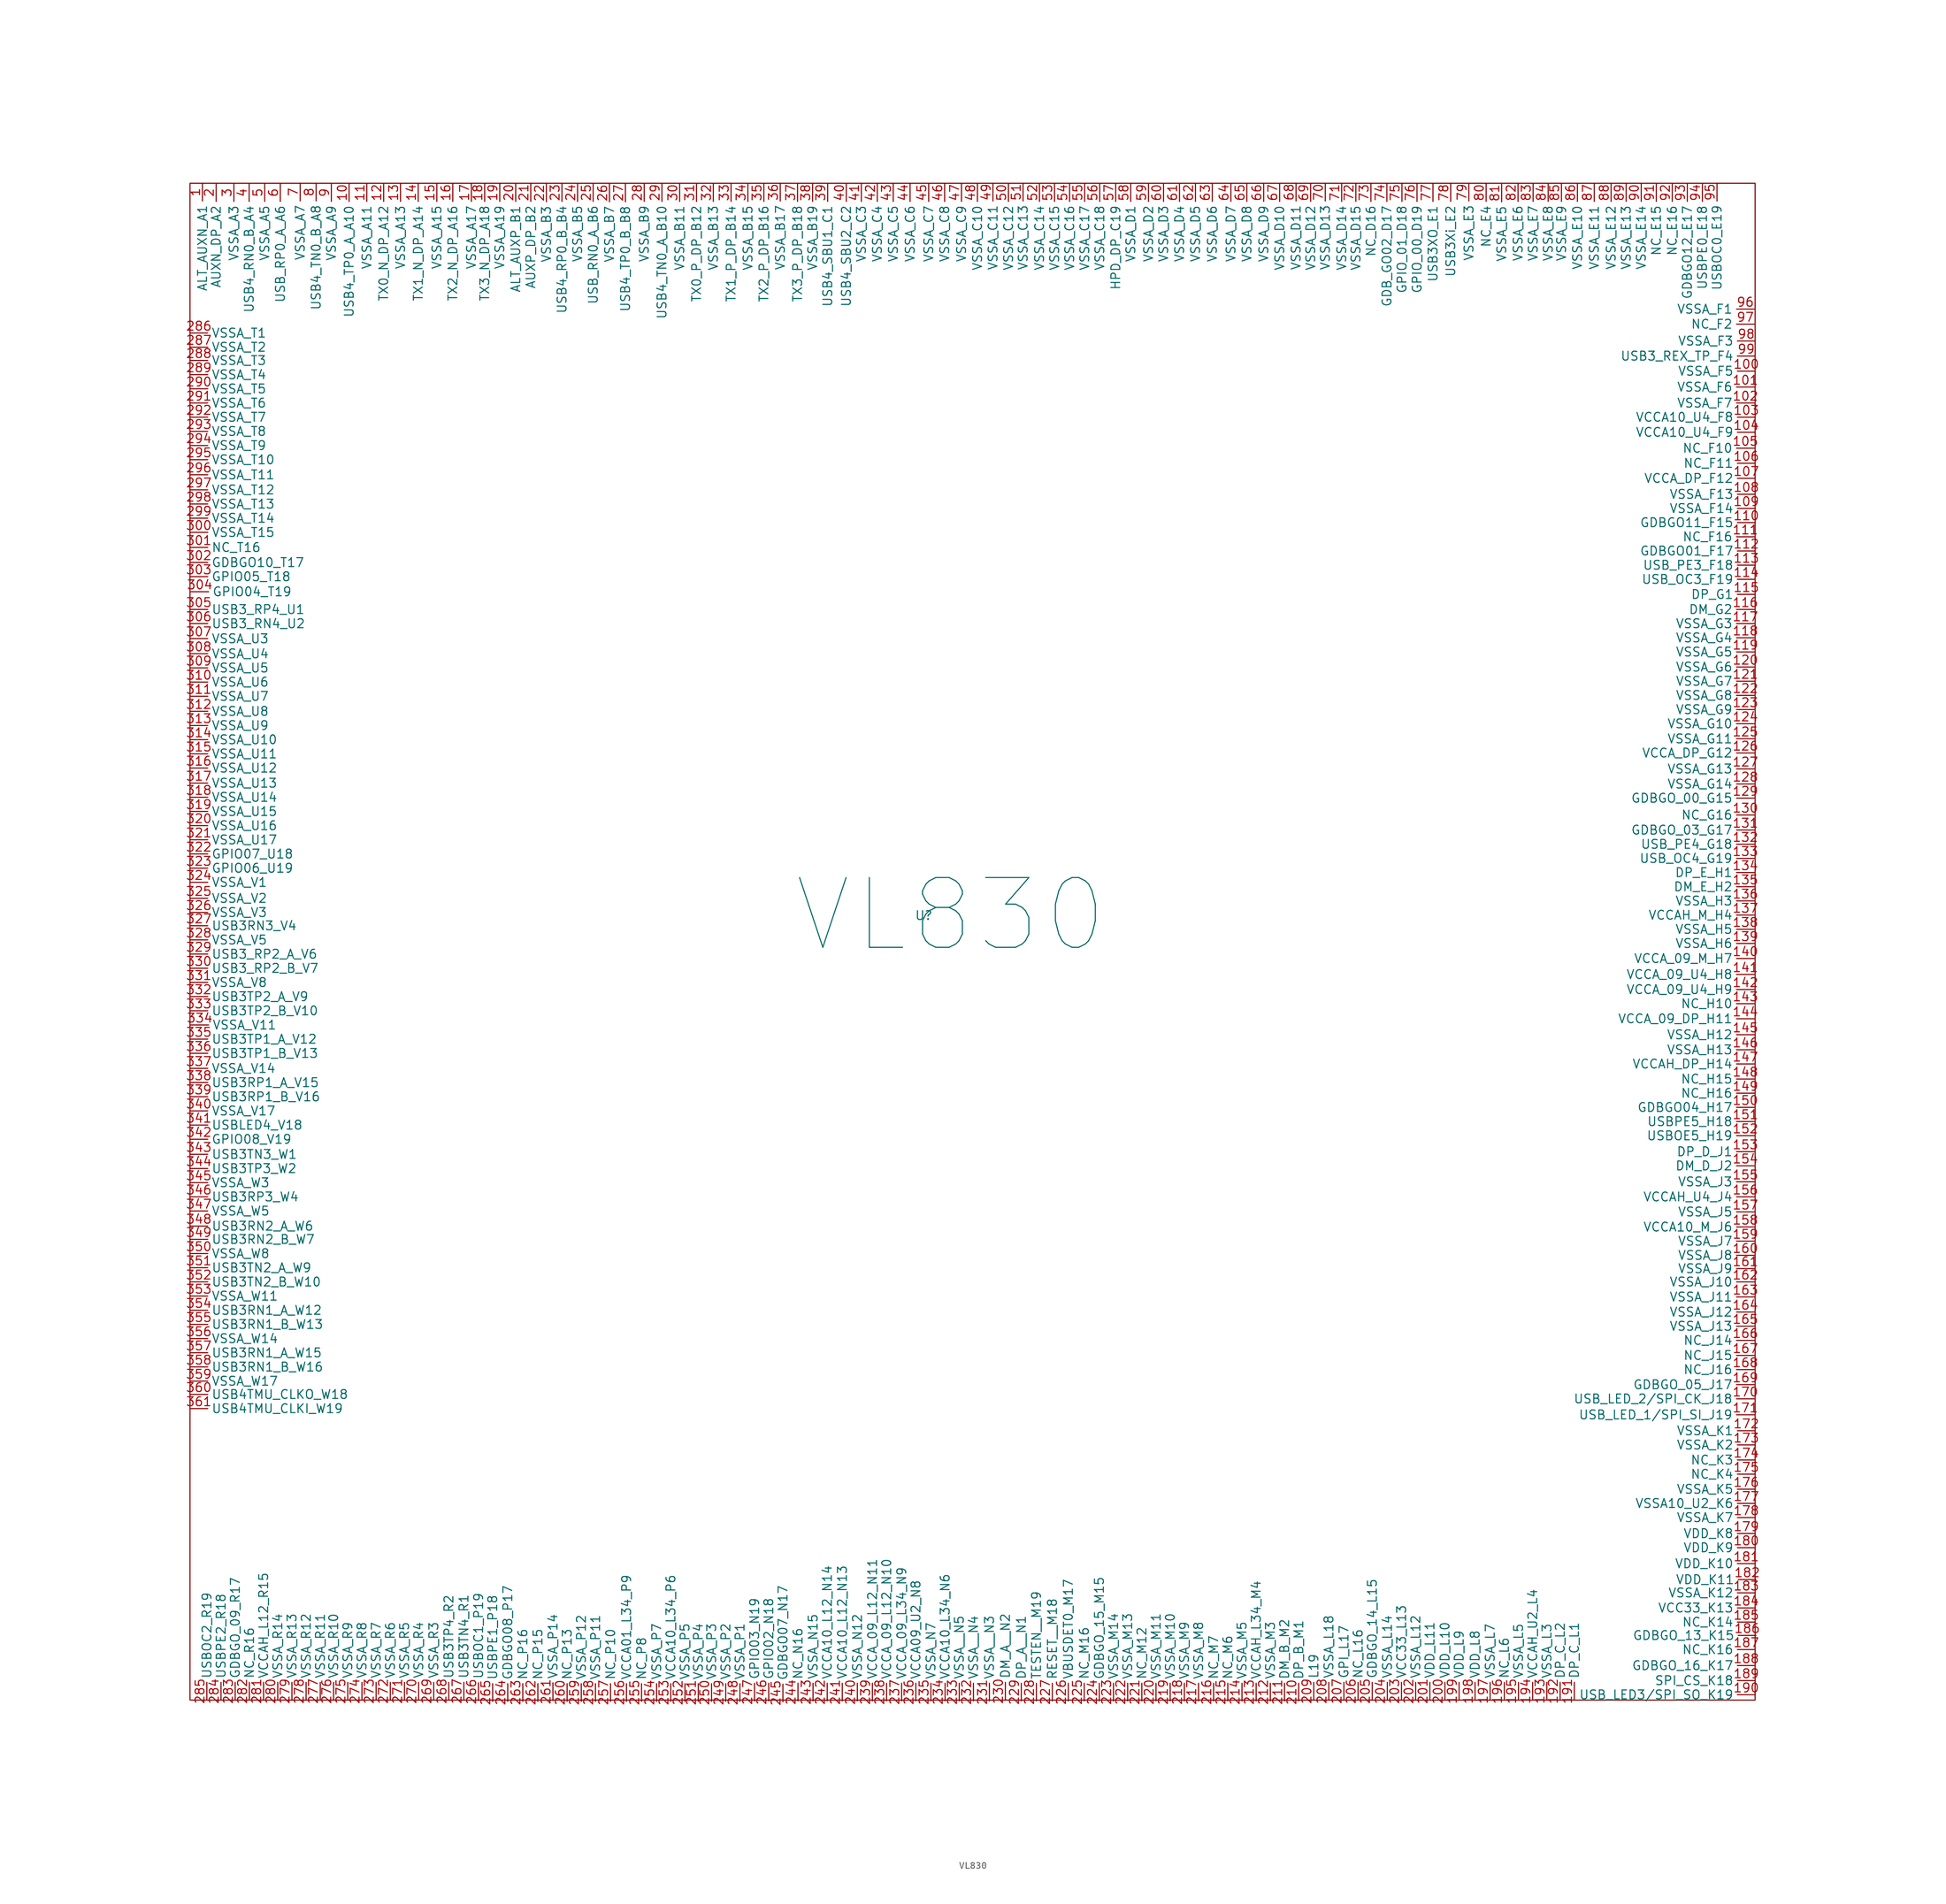
<source format=kicad_sym>
(kicad_symbol_lib
  (version 20211014)
  (generator kicad_symbol_editor)
  (symbol "VL830"
    (property "Reference" "U"
      (at -6.223 1.981 0)
      (effects (font (size 1.27 1.27))))
    (property "Value" "VL830"
      (at -2.362 2.032 0)
      (effects (font (size 10 10))))
    (symbol "VL830_0_1"
      (rectangle (start -111.379 106.934) (end 112.903 -110.49) (stroke (width 0) (type default) (color 0 0 0 0)) (fill (type none))))
    (symbol "VL830_1_1"
      (pin bidirectional line (at -109.601 106.934 270) (length 2.54) (name "ALT_AUXN_A1" (effects (font (size 1.27 1.27)))) (number "1" (effects (font (size 1.27 1.27)))))
      (pin output line (at -88.582 106.871 270) (length 2.54) (name "USB4_TP0_A_A10" (effects (font (size 1.27 1.27)))) (number "10" (effects (font (size 1.27 1.27)))))
      (pin power_in line (at 112.903 80.01 180) (length 2.54) (name "VSSA_F5" (effects (font (size 1.27 1.27)))) (number "100" (effects (font (size 1.27 1.27)))))
      (pin power_in line (at 112.776 77.724 180) (length 2.54) (name "VSSA_F6" (effects (font (size 1.27 1.27)))) (number "101" (effects (font (size 1.27 1.27)))))
      (pin power_in line (at 112.776 75.438 180) (length 2.54) (name "VSSA_F7" (effects (font (size 1.27 1.27)))) (number "102" (effects (font (size 1.27 1.27)))))
      (pin power_in line (at 112.903 73.406 180) (length 2.54) (name "VCCA10_U4_F8" (effects (font (size 1.27 1.27)))) (number "103" (effects (font (size 1.27 1.27)))))
      (pin power_in line (at 112.903 71.247 180) (length 2.54) (name "VCCA10_U4_F9" (effects (font (size 1.27 1.27)))) (number "104" (effects (font (size 1.27 1.27)))))
      (pin input line (at 112.776 68.961 180) (length 2.54) (name "NC_F10" (effects (font (size 1.27 1.27)))) (number "105" (effects (font (size 1.27 1.27)))))
      (pin input line (at 112.903 66.802 180) (length 2.54) (name "NC_F11" (effects (font (size 1.27 1.27)))) (number "106" (effects (font (size 1.27 1.27)))))
      (pin power_in line (at 112.903 64.643 180) (length 2.54) (name "VCCA_DP_F12" (effects (font (size 1.27 1.27)))) (number "107" (effects (font (size 1.27 1.27)))))
      (pin power_in line (at 112.903 62.357 180) (length 2.54) (name "VSSA_F13" (effects (font (size 1.27 1.27)))) (number "108" (effects (font (size 1.27 1.27)))))
      (pin power_in line (at 112.903 60.325 180) (length 2.54) (name "VSSA_F14" (effects (font (size 1.27 1.27)))) (number "109" (effects (font (size 1.27 1.27)))))
      (pin power_in line (at -86.043 106.871 270) (length 2.54) (name "VSSA_A11" (effects (font (size 1.27 1.27)))) (number "11" (effects (font (size 1.27 1.27)))))
      (pin bidirectional line (at 112.903 58.293 180) (length 2.54) (name "GDBGO11_F15" (effects (font (size 1.27 1.27)))) (number "110" (effects (font (size 1.27 1.27)))))
      (pin input line (at 112.776 56.261 180) (length 2.54) (name "NC_F16" (effects (font (size 1.27 1.27)))) (number "111" (effects (font (size 1.27 1.27)))))
      (pin bidirectional line (at 112.903 54.229 180) (length 2.54) (name "GDBGO01_F17" (effects (font (size 1.27 1.27)))) (number "112" (effects (font (size 1.27 1.27)))))
      (pin output line (at 112.903 52.197 180) (length 2.54) (name "USB_PE3_F18" (effects (font (size 1.27 1.27)))) (number "113" (effects (font (size 1.27 1.27)))))
      (pin bidirectional line (at 112.903 50.165 180) (length 2.54) (name "USB_OC3_F19" (effects (font (size 1.27 1.27)))) (number "114" (effects (font (size 1.27 1.27)))))
      (pin bidirectional line (at 112.903 48.006 180) (length 2.54) (name "DP_G1" (effects (font (size 1.27 1.27)))) (number "115" (effects (font (size 1.27 1.27)))))
      (pin bidirectional line (at 112.776 45.847 180) (length 2.54) (name "DM_G2" (effects (font (size 1.27 1.27)))) (number "116" (effects (font (size 1.27 1.27)))))
      (pin power_in line (at 112.776 43.815 180) (length 2.54) (name "VSSA_G3" (effects (font (size 1.27 1.27)))) (number "117" (effects (font (size 1.27 1.27)))))
      (pin power_in line (at 112.776 41.783 180) (length 2.54) (name "VSSA_G4" (effects (font (size 1.27 1.27)))) (number "118" (effects (font (size 1.27 1.27)))))
      (pin power_in line (at 112.776 39.751 180) (length 2.54) (name "VSSA_G5" (effects (font (size 1.27 1.27)))) (number "119" (effects (font (size 1.27 1.27)))))
      (pin output line (at -83.629 106.871 270) (length 2.54) (name "TX0_N_DP_A12" (effects (font (size 1.27 1.27)))) (number "12" (effects (font (size 1.27 1.27)))))
      (pin power_in line (at 112.776 37.592 180) (length 2.54) (name "VSSA_G6" (effects (font (size 1.27 1.27)))) (number "120" (effects (font (size 1.27 1.27)))))
      (pin power_in line (at 112.776 35.56 180) (length 2.54) (name "VSSA_G7" (effects (font (size 1.27 1.27)))) (number "121" (effects (font (size 1.27 1.27)))))
      (pin power_in line (at 112.776 33.528 180) (length 2.54) (name "VSSA_G8" (effects (font (size 1.27 1.27)))) (number "122" (effects (font (size 1.27 1.27)))))
      (pin power_in line (at 112.776 31.496 180) (length 2.54) (name "VSSA_G9" (effects (font (size 1.27 1.27)))) (number "123" (effects (font (size 1.27 1.27)))))
      (pin power_in line (at 112.776 29.464 180) (length 2.54) (name "VSSA_G10" (effects (font (size 1.27 1.27)))) (number "124" (effects (font (size 1.27 1.27)))))
      (pin power_in line (at 112.776 27.305 180) (length 2.54) (name "VSSA_G11" (effects (font (size 1.27 1.27)))) (number "125" (effects (font (size 1.27 1.27)))))
      (pin power_in line (at 112.776 25.273 180) (length 2.54) (name "VCCA_DP_G12" (effects (font (size 1.27 1.27)))) (number "126" (effects (font (size 1.27 1.27)))))
      (pin power_in line (at 112.776 22.987 180) (length 2.54) (name "VSSA_G13" (effects (font (size 1.27 1.27)))) (number "127" (effects (font (size 1.27 1.27)))))
      (pin power_in line (at 112.776 20.828 180) (length 2.54) (name "VSSA_G14" (effects (font (size 1.27 1.27)))) (number "128" (effects (font (size 1.27 1.27)))))
      (pin bidirectional line (at 112.776 18.796 180) (length 2.54) (name "GDBGO_00_G15" (effects (font (size 1.27 1.27)))) (number "129" (effects (font (size 1.27 1.27)))))
      (pin power_in line (at -81.216 106.871 270) (length 2.54) (name "VSSA_A13" (effects (font (size 1.27 1.27)))) (number "13" (effects (font (size 1.27 1.27)))))
      (pin input line (at 112.776 16.383 180) (length 2.54) (name "NC_G16" (effects (font (size 1.27 1.27)))) (number "130" (effects (font (size 1.27 1.27)))))
      (pin bidirectional line (at 112.776 14.224 180) (length 2.54) (name "GDBGO_03_G17" (effects (font (size 1.27 1.27)))) (number "131" (effects (font (size 1.27 1.27)))))
      (pin output line (at 112.776 12.192 180) (length 2.54) (name "USB_PE4_G18" (effects (font (size 1.27 1.27)))) (number "132" (effects (font (size 1.27 1.27)))))
      (pin bidirectional line (at 112.776 10.16 180) (length 2.54) (name "USB_OC4_G19" (effects (font (size 1.27 1.27)))) (number "133" (effects (font (size 1.27 1.27)))))
      (pin bidirectional line (at 112.776 8.128 180) (length 2.54) (name "DP_E_H1" (effects (font (size 1.27 1.27)))) (number "134" (effects (font (size 1.27 1.27)))))
      (pin bidirectional line (at 112.776 6.096 180) (length 2.54) (name "DM_E_H2" (effects (font (size 1.27 1.27)))) (number "135" (effects (font (size 1.27 1.27)))))
      (pin power_in line (at 112.776 4.064 180) (length 2.54) (name "VSSA_H3" (effects (font (size 1.27 1.27)))) (number "136" (effects (font (size 1.27 1.27)))))
      (pin power_in line (at 112.776 2.032 180) (length 2.54) (name "VCCAH_M_H4" (effects (font (size 1.27 1.27)))) (number "137" (effects (font (size 1.27 1.27)))))
      (pin power_in line (at 112.776 0 180) (length 2.54) (name "VSSA_H5" (effects (font (size 1.27 1.27)))) (number "138" (effects (font (size 1.27 1.27)))))
      (pin power_in line (at 112.776 -2.032 180) (length 2.54) (name "VSSA_H6" (effects (font (size 1.27 1.27)))) (number "139" (effects (font (size 1.27 1.27)))))
      (pin output line (at -78.677 106.871 270) (length 2.54) (name "TX1_N_DP_A14" (effects (font (size 1.27 1.27)))) (number "14" (effects (font (size 1.27 1.27)))))
      (pin power_in line (at 112.776 -4.191 180) (length 2.54) (name "VCCA_09_M_H7" (effects (font (size 1.27 1.27)))) (number "140" (effects (font (size 1.27 1.27)))))
      (pin power_in line (at 112.776 -6.477 180) (length 2.54) (name "VCCA_09_U4_H8" (effects (font (size 1.27 1.27)))) (number "141" (effects (font (size 1.27 1.27)))))
      (pin power_in line (at 112.776 -8.636 180) (length 2.54) (name "VCCA_09_U4_H9" (effects (font (size 1.27 1.27)))) (number "142" (effects (font (size 1.27 1.27)))))
      (pin input line (at 112.776 -10.668 180) (length 2.54) (name "NC_H10" (effects (font (size 1.27 1.27)))) (number "143" (effects (font (size 1.27 1.27)))))
      (pin power_in line (at 112.776 -12.827 180) (length 2.54) (name "VCCA_09_DP_H11" (effects (font (size 1.27 1.27)))) (number "144" (effects (font (size 1.27 1.27)))))
      (pin power_in line (at 112.776 -15.113 180) (length 2.54) (name "VSSA_H12" (effects (font (size 1.27 1.27)))) (number "145" (effects (font (size 1.27 1.27)))))
      (pin power_in line (at 112.776 -17.272 180) (length 2.54) (name "VSSA_H13" (effects (font (size 1.27 1.27)))) (number "146" (effects (font (size 1.27 1.27)))))
      (pin power_in line (at 112.776 -19.304 180) (length 2.54) (name "VCCAH_DP_H14" (effects (font (size 1.27 1.27)))) (number "147" (effects (font (size 1.27 1.27)))))
      (pin input line (at 112.776 -21.463 180) (length 2.54) (name "NC_H15" (effects (font (size 1.27 1.27)))) (number "148" (effects (font (size 1.27 1.27)))))
      (pin input line (at 112.776 -23.495 180) (length 2.54) (name "NC_H16" (effects (font (size 1.27 1.27)))) (number "149" (effects (font (size 1.27 1.27)))))
      (pin power_in line (at -76.01 106.871 270) (length 2.54) (name "VSSA_A15" (effects (font (size 1.27 1.27)))) (number "15" (effects (font (size 1.27 1.27)))))
      (pin bidirectional line (at 112.776 -25.527 180) (length 2.54) (name "GDBGO04_H17" (effects (font (size 1.27 1.27)))) (number "150" (effects (font (size 1.27 1.27)))))
      (pin output line (at 112.776 -27.559 180) (length 2.54) (name "USBPE5_H18" (effects (font (size 1.27 1.27)))) (number "151" (effects (font (size 1.27 1.27)))))
      (pin input line (at 112.776 -29.591 180) (length 2.54) (name "USBOE5_H19" (effects (font (size 1.27 1.27)))) (number "152" (effects (font (size 1.27 1.27)))))
      (pin bidirectional line (at 112.776 -31.877 180) (length 2.54) (name "DP_D_J1" (effects (font (size 1.27 1.27)))) (number "153" (effects (font (size 1.27 1.27)))))
      (pin bidirectional line (at 112.776 -33.909 180) (length 2.54) (name "DM_D_J2" (effects (font (size 1.27 1.27)))) (number "154" (effects (font (size 1.27 1.27)))))
      (pin power_in line (at 112.776 -36.195 180) (length 2.54) (name "VSSA_J3" (effects (font (size 1.27 1.27)))) (number "155" (effects (font (size 1.27 1.27)))))
      (pin power_in line (at 112.776 -38.354 180) (length 2.54) (name "VCCAH_U4_J4" (effects (font (size 1.27 1.27)))) (number "156" (effects (font (size 1.27 1.27)))))
      (pin power_in line (at 112.776 -40.513 180) (length 2.54) (name "VSSA_J5" (effects (font (size 1.27 1.27)))) (number "157" (effects (font (size 1.27 1.27)))))
      (pin power_in line (at 112.776 -42.672 180) (length 2.54) (name "VCCA10_M_J6" (effects (font (size 1.27 1.27)))) (number "158" (effects (font (size 1.27 1.27)))))
      (pin power_in line (at 112.776 -44.704 180) (length 2.54) (name "VSSA_J7" (effects (font (size 1.27 1.27)))) (number "159" (effects (font (size 1.27 1.27)))))
      (pin output line (at -73.724 106.871 270) (length 2.54) (name "TX2_N_DP_A16" (effects (font (size 1.27 1.27)))) (number "16" (effects (font (size 1.27 1.27)))))
      (pin power_in line (at 112.776 -46.736 180) (length 2.54) (name "VSSA_J8" (effects (font (size 1.27 1.27)))) (number "160" (effects (font (size 1.27 1.27)))))
      (pin power_in line (at 112.776 -48.641 180) (length 2.54) (name "VSSA_J9" (effects (font (size 1.27 1.27)))) (number "161" (effects (font (size 1.27 1.27)))))
      (pin power_in line (at 112.776 -50.546 180) (length 2.54) (name "VSSA_J10" (effects (font (size 1.27 1.27)))) (number "162" (effects (font (size 1.27 1.27)))))
      (pin power_in line (at 112.776 -52.705 180) (length 2.54) (name "VSSA_J11" (effects (font (size 1.27 1.27)))) (number "163" (effects (font (size 1.27 1.27)))))
      (pin power_in line (at 112.776 -54.864 180) (length 2.54) (name "VSSA_J12" (effects (font (size 1.27 1.27)))) (number "164" (effects (font (size 1.27 1.27)))))
      (pin power_in line (at 112.776 -56.896 180) (length 2.54) (name "VSSA_J13" (effects (font (size 1.27 1.27)))) (number "165" (effects (font (size 1.27 1.27)))))
      (pin input line (at 112.776 -58.928 180) (length 2.54) (name "NC_J14" (effects (font (size 1.27 1.27)))) (number "166" (effects (font (size 1.27 1.27)))))
      (pin input line (at 112.776 -61.087 180) (length 2.54) (name "NC_J15" (effects (font (size 1.27 1.27)))) (number "167" (effects (font (size 1.27 1.27)))))
      (pin input line (at 112.776 -63.119 180) (length 2.54) (name "NC_J16" (effects (font (size 1.27 1.27)))) (number "168" (effects (font (size 1.27 1.27)))))
      (pin bidirectional line (at 112.776 -65.278 180) (length 2.54) (name "GDBGO_05_J17" (effects (font (size 1.27 1.27)))) (number "169" (effects (font (size 1.27 1.27)))))
      (pin power_in line (at -71.056 106.871 270) (length 2.54) (name "VSSA_A17" (effects (font (size 1.27 1.27)))) (number "17" (effects (font (size 1.27 1.27)))))
      (pin bidirectional line (at 112.776 -67.31 180) (length 2.54) (name "USB_LED_2/SPI_CK_J18" (effects (font (size 1.27 1.27)))) (number "170" (effects (font (size 1.27 1.27)))))
      (pin bidirectional line (at 112.776 -69.596 180) (length 2.54) (name "USB_LED_1/SPI_SI_J19" (effects (font (size 1.27 1.27)))) (number "171" (effects (font (size 1.27 1.27)))))
      (pin power_in line (at 112.903 -71.882 180) (length 2.54) (name "VSSA_K1" (effects (font (size 1.27 1.27)))) (number "172" (effects (font (size 1.27 1.27)))))
      (pin power_in line (at 112.903 -73.914 180) (length 2.54) (name "VSSA_K2" (effects (font (size 1.27 1.27)))) (number "173" (effects (font (size 1.27 1.27)))))
      (pin input line (at 112.903 -76.073 180) (length 2.54) (name "NC_K3" (effects (font (size 1.27 1.27)))) (number "174" (effects (font (size 1.27 1.27)))))
      (pin input line (at 112.903 -78.105 180) (length 2.54) (name "NC_K4" (effects (font (size 1.27 1.27)))) (number "175" (effects (font (size 1.27 1.27)))))
      (pin power_in line (at 112.903 -80.264 180) (length 2.54) (name "VSSA_K5" (effects (font (size 1.27 1.27)))) (number "176" (effects (font (size 1.27 1.27)))))
      (pin power_in line (at 112.903 -82.296 180) (length 2.54) (name "VSSA10_U2_K6" (effects (font (size 1.27 1.27)))) (number "177" (effects (font (size 1.27 1.27)))))
      (pin power_in line (at 112.903 -84.328 180) (length 2.54) (name "VSSA_K7" (effects (font (size 1.27 1.27)))) (number "178" (effects (font (size 1.27 1.27)))))
      (pin power_in line (at 112.903 -86.614 180) (length 2.54) (name "VDD_K8" (effects (font (size 1.27 1.27)))) (number "179" (effects (font (size 1.27 1.27)))))
      (pin output line (at -69.151 106.871 270) (length 2.54) (name "TX3_N_DP_A18" (effects (font (size 1.27 1.27)))) (number "18" (effects (font (size 1.27 1.27)))))
      (pin power_in line (at 112.903 -88.646 180) (length 2.54) (name "VDD_K9" (effects (font (size 1.27 1.27)))) (number "180" (effects (font (size 1.27 1.27)))))
      (pin power_in line (at 112.903 -90.932 180) (length 2.54) (name "VDD_K10" (effects (font (size 1.27 1.27)))) (number "181" (effects (font (size 1.27 1.27)))))
      (pin power_in line (at 113.03 -93.218 180) (length 2.54) (name "VDD_K11" (effects (font (size 1.27 1.27)))) (number "182" (effects (font (size 1.27 1.27)))))
      (pin power_in line (at 112.903 -95.123 180) (length 2.54) (name "VSSA_K12" (effects (font (size 1.27 1.27)))) (number "183" (effects (font (size 1.27 1.27)))))
      (pin power_in line (at 112.903 -97.282 180) (length 2.54) (name "VCC33_K13" (effects (font (size 1.27 1.27)))) (number "184" (effects (font (size 1.27 1.27)))))
      (pin input line (at 112.903 -99.314 180) (length 2.54) (name "NC_K14" (effects (font (size 1.27 1.27)))) (number "185" (effects (font (size 1.27 1.27)))))
      (pin bidirectional line (at 113.03 -101.219 180) (length 2.54) (name "GDBGO_13_K15" (effects (font (size 1.27 1.27)))) (number "186" (effects (font (size 1.27 1.27)))))
      (pin input line (at 112.903 -103.251 180) (length 2.54) (name "NC_K16" (effects (font (size 1.27 1.27)))) (number "187" (effects (font (size 1.27 1.27)))))
      (pin bidirectional line (at 112.903 -105.537 180) (length 2.54) (name "GDBGO_16_K17" (effects (font (size 1.27 1.27)))) (number "188" (effects (font (size 1.27 1.27)))))
      (pin bidirectional line (at 112.903 -107.696 180) (length 2.54) (name "SPI_CS_K18" (effects (font (size 1.27 1.27)))) (number "189" (effects (font (size 1.27 1.27)))))
      (pin power_in line (at -66.993 106.871 270) (length 2.54) (name "VSSA_A19" (effects (font (size 1.27 1.27)))) (number "19" (effects (font (size 1.27 1.27)))))
      (pin bidirectional line (at 112.903 -109.728 180) (length 2.54) (name "USB_LED3/SPI_SO_K19" (effects (font (size 1.27 1.27)))) (number "190" (effects (font (size 1.27 1.27)))))
      (pin bidirectional line (at 86.995 -110.49 90) (length 2.54) (name "DP_C_L1" (effects (font (size 1.27 1.27)))) (number "191" (effects (font (size 1.27 1.27)))))
      (pin bidirectional line (at 84.963 -110.49 90) (length 2.54) (name "DP_C_L2" (effects (font (size 1.27 1.27)))) (number "192" (effects (font (size 1.27 1.27)))))
      (pin power_in line (at 83.058 -110.49 90) (length 2.54) (name "VSSA_L3" (effects (font (size 1.27 1.27)))) (number "193" (effects (font (size 1.27 1.27)))))
      (pin power_in line (at 81.026 -110.49 90) (length 2.54) (name "VCCAH_U2_L4" (effects (font (size 1.27 1.27)))) (number "194" (effects (font (size 1.27 1.27)))))
      (pin power_in line (at 78.994 -110.49 90) (length 2.54) (name "VSSA_L5" (effects (font (size 1.27 1.27)))) (number "195" (effects (font (size 1.27 1.27)))))
      (pin input line (at 76.962 -110.49 90) (length 2.54) (name "NC_L6" (effects (font (size 1.27 1.27)))) (number "196" (effects (font (size 1.27 1.27)))))
      (pin power_in line (at 74.93 -110.49 90) (length 2.54) (name "VSSA_L7" (effects (font (size 1.27 1.27)))) (number "197" (effects (font (size 1.27 1.27)))))
      (pin power_in line (at 72.771 -110.49 90) (length 2.54) (name "VDD_L8" (effects (font (size 1.27 1.27)))) (number "198" (effects (font (size 1.27 1.27)))))
      (pin power_in line (at 70.485 -110.49 90) (length 2.54) (name "VDD_L9" (effects (font (size 1.27 1.27)))) (number "199" (effects (font (size 1.27 1.27)))))
      (pin bidirectional line (at -107.632 106.871 270) (length 2.54) (name "AUXN_DP_A2" (effects (font (size 1.27 1.27)))) (number "2" (effects (font (size 1.27 1.27)))))
      (pin bidirectional line (at -64.707 106.871 270) (length 2.54) (name "ALT_AUXP_B1" (effects (font (size 1.27 1.27)))) (number "20" (effects (font (size 1.27 1.27)))))
      (pin power_in line (at 68.453 -110.49 90) (length 2.54) (name "VDD_L10" (effects (font (size 1.27 1.27)))) (number "200" (effects (font (size 1.27 1.27)))))
      (pin power_in line (at 66.294 -110.49 90) (length 2.54) (name "VDD_L11" (effects (font (size 1.27 1.27)))) (number "201" (effects (font (size 1.27 1.27)))))
      (pin power_in line (at 64.262 -110.49 90) (length 2.54) (name "VSSA_L12" (effects (font (size 1.27 1.27)))) (number "202" (effects (font (size 1.27 1.27)))))
      (pin power_in line (at 62.23 -110.49 90) (length 2.54) (name "VCC33_L13" (effects (font (size 1.27 1.27)))) (number "203" (effects (font (size 1.27 1.27)))))
      (pin power_in line (at 60.198 -110.49 90) (length 2.54) (name "VSSA_L14" (effects (font (size 1.27 1.27)))) (number "204" (effects (font (size 1.27 1.27)))))
      (pin bidirectional line (at 58.039 -110.49 90) (length 2.54) (name "GDBGO_14_L15" (effects (font (size 1.27 1.27)))) (number "205" (effects (font (size 1.27 1.27)))))
      (pin input line (at 56.007 -110.49 90) (length 2.54) (name "NC_L16" (effects (font (size 1.27 1.27)))) (number "206" (effects (font (size 1.27 1.27)))))
      (pin input line (at 53.975 -110.49 90) (length 2.54) (name "GPI_L17" (effects (font (size 1.27 1.27)))) (number "207" (effects (font (size 1.27 1.27)))))
      (pin power_in line (at 51.816 -110.49 90) (length 2.54) (name "VSSA_L18" (effects (font (size 1.27 1.27)))) (number "208" (effects (font (size 1.27 1.27)))))
      (pin input line (at 49.657 -110.49 90) (length 2.54) (name "L19" (effects (font (size 1.27 1.27)))) (number "209" (effects (font (size 1.27 1.27)))))
      (pin bidirectional line (at -62.547 106.871 270) (length 2.54) (name "AUXP_DP_B2" (effects (font (size 1.27 1.27)))) (number "21" (effects (font (size 1.27 1.27)))))
      (pin bidirectional line (at 47.498 -110.617 90) (length 2.54) (name "DP_B_M1" (effects (font (size 1.27 1.27)))) (number "210" (effects (font (size 1.27 1.27)))))
      (pin bidirectional line (at 45.466 -110.617 90) (length 2.54) (name "DM_B_M2" (effects (font (size 1.27 1.27)))) (number "211" (effects (font (size 1.27 1.27)))))
      (pin power_in line (at 43.434 -110.617 90) (length 2.54) (name "VSSA_M3" (effects (font (size 1.27 1.27)))) (number "212" (effects (font (size 1.27 1.27)))))
      (pin power_in line (at 41.402 -110.617 90) (length 2.54) (name "VCCAH_L34_M4" (effects (font (size 1.27 1.27)))) (number "213" (effects (font (size 1.27 1.27)))))
      (pin power_in line (at 39.37 -110.617 90) (length 2.54) (name "VSSA_M5" (effects (font (size 1.27 1.27)))) (number "214" (effects (font (size 1.27 1.27)))))
      (pin input line (at 37.338 -110.617 90) (length 2.54) (name "NC_M6" (effects (font (size 1.27 1.27)))) (number "215" (effects (font (size 1.27 1.27)))))
      (pin input line (at 35.306 -110.617 90) (length 2.54) (name "NC_M7" (effects (font (size 1.27 1.27)))) (number "216" (effects (font (size 1.27 1.27)))))
      (pin power_in line (at 33.147 -110.617 90) (length 2.54) (name "VSSA_M8" (effects (font (size 1.27 1.27)))) (number "217" (effects (font (size 1.27 1.27)))))
      (pin power_in line (at 31.115 -110.617 90) (length 2.54) (name "VSSA_M9" (effects (font (size 1.27 1.27)))) (number "218" (effects (font (size 1.27 1.27)))))
      (pin power_in line (at 29.083 -110.617 90) (length 2.54) (name "VSSA_M10" (effects (font (size 1.27 1.27)))) (number "219" (effects (font (size 1.27 1.27)))))
      (pin power_in line (at -60.312 106.82 270) (length 2.54) (name "VSSA_B3" (effects (font (size 1.27 1.27)))) (number "22" (effects (font (size 1.27 1.27)))))
      (pin power_in line (at 27.051 -110.617 90) (length 2.54) (name "VSSA_M11" (effects (font (size 1.27 1.27)))) (number "220" (effects (font (size 1.27 1.27)))))
      (pin input line (at 25.019 -110.617 90) (length 2.54) (name "NC_M12" (effects (font (size 1.27 1.27)))) (number "221" (effects (font (size 1.27 1.27)))))
      (pin input line (at 22.987 -110.617 90) (length 2.54) (name "VSSA_M13" (effects (font (size 1.27 1.27)))) (number "222" (effects (font (size 1.27 1.27)))))
      (pin power_in line (at 20.955 -110.617 90) (length 2.54) (name "VSSA_M14" (effects (font (size 1.27 1.27)))) (number "223" (effects (font (size 1.27 1.27)))))
      (pin bidirectional line (at 18.923 -110.617 90) (length 2.54) (name "GDBGO_15_M15" (effects (font (size 1.27 1.27)))) (number "224" (effects (font (size 1.27 1.27)))))
      (pin input line (at 16.764 -110.617 90) (length 2.54) (name "NC_M16" (effects (font (size 1.27 1.27)))) (number "225" (effects (font (size 1.27 1.27)))))
      (pin input line (at 14.478 -110.617 90) (length 2.54) (name "VBUSDET0_M17" (effects (font (size 1.27 1.27)))) (number "226" (effects (font (size 1.27 1.27)))))
      (pin input line (at 12.192 -110.617 90) (length 2.54) (name "RESET__M18" (effects (font (size 1.27 1.27)))) (number "227" (effects (font (size 1.27 1.27)))))
      (pin input line (at 9.906 -110.617 90) (length 2.54) (name "TESTEN__M19" (effects (font (size 1.27 1.27)))) (number "228" (effects (font (size 1.27 1.27)))))
      (pin input line (at 7.747 -110.617 90) (length 2.54) (name "DP_A__N1" (effects (font (size 1.27 1.27)))) (number "229" (effects (font (size 1.27 1.27)))))
      (pin input line (at -58.077 106.871 270) (length 2.54) (name "USB4_RP0_B_B4" (effects (font (size 1.27 1.27)))) (number "23" (effects (font (size 1.27 1.27)))))
      (pin input line (at 5.461 -110.49 90) (length 2.54) (name "DM_A__N2" (effects (font (size 1.27 1.27)))) (number "230" (effects (font (size 1.27 1.27)))))
      (pin power_in line (at 3.175 -110.617 90) (length 2.54) (name "VSSA__N3" (effects (font (size 1.27 1.27)))) (number "231" (effects (font (size 1.27 1.27)))))
      (pin power_in line (at 0.889 -110.617 90) (length 2.54) (name "VSSA__N4" (effects (font (size 1.27 1.27)))) (number "232" (effects (font (size 1.27 1.27)))))
      (pin power_in line (at -1.143 -110.617 90) (length 2.54) (name "VSSA__N5" (effects (font (size 1.27 1.27)))) (number "233" (effects (font (size 1.27 1.27)))))
      (pin power_in line (at -3.175 -110.617 90) (length 2.54) (name "VCCA10_L34_N6" (effects (font (size 1.27 1.27)))) (number "234" (effects (font (size 1.27 1.27)))))
      (pin power_in line (at -5.207 -110.617 90) (length 2.54) (name "VSSA_N7" (effects (font (size 1.27 1.27)))) (number "235" (effects (font (size 1.27 1.27)))))
      (pin power_in line (at -7.366 -110.617 90) (length 2.54) (name "VCCA09_U2_N8" (effects (font (size 1.27 1.27)))) (number "236" (effects (font (size 1.27 1.27)))))
      (pin power_in line (at -9.398 -110.617 90) (length 2.54) (name "VCCA_09_L34_N9" (effects (font (size 1.27 1.27)))) (number "237" (effects (font (size 1.27 1.27)))))
      (pin power_in line (at -11.557 -110.617 90) (length 2.54) (name "VCCA_09_L12_N10" (effects (font (size 1.27 1.27)))) (number "238" (effects (font (size 1.27 1.27)))))
      (pin power_in line (at -13.589 -110.617 90) (length 2.54) (name "VCCA_09_L12_N11" (effects (font (size 1.27 1.27)))) (number "239" (effects (font (size 1.27 1.27)))))
      (pin power_in line (at -55.842 106.871 270) (length 2.54) (name "VSSA_B5" (effects (font (size 1.27 1.27)))) (number "24" (effects (font (size 1.27 1.27)))))
      (pin power_in line (at -15.748 -110.617 90) (length 2.54) (name "VSSA_N12" (effects (font (size 1.27 1.27)))) (number "240" (effects (font (size 1.27 1.27)))))
      (pin power_in line (at -17.907 -110.617 90) (length 2.54) (name "VCCA10_L12_N13" (effects (font (size 1.27 1.27)))) (number "241" (effects (font (size 1.27 1.27)))))
      (pin power_in line (at -20.066 -110.617 90) (length 2.54) (name "VCCA10_L12_N14" (effects (font (size 1.27 1.27)))) (number "242" (effects (font (size 1.27 1.27)))))
      (pin power_in line (at -22.098 -110.617 90) (length 2.54) (name "VSSA_N15" (effects (font (size 1.27 1.27)))) (number "243" (effects (font (size 1.27 1.27)))))
      (pin input line (at -24.257 -110.617 90) (length 2.54) (name "NC_N16" (effects (font (size 1.27 1.27)))) (number "244" (effects (font (size 1.27 1.27)))))
      (pin bidirectional line (at -26.416 -110.744 90) (length 2.54) (name "GDBGO07_N17" (effects (font (size 1.27 1.27)))) (number "245" (effects (font (size 1.27 1.27)))))
      (pin bidirectional line (at -28.448 -110.617 90) (length 2.54) (name "GPIO02_N18" (effects (font (size 1.27 1.27)))) (number "246" (effects (font (size 1.27 1.27)))))
      (pin bidirectional line (at -30.48 -110.617 90) (length 2.54) (name "GPIO03_N19" (effects (font (size 1.27 1.27)))) (number "247" (effects (font (size 1.27 1.27)))))
      (pin power_in line (at -32.575 -110.68 90) (length 2.54) (name "VSSA_P1" (effects (font (size 1.27 1.27)))) (number "248" (effects (font (size 1.27 1.27)))))
      (pin power_in line (at -34.608 -110.68 90) (length 2.54) (name "VSSA_P2" (effects (font (size 1.27 1.27)))) (number "249" (effects (font (size 1.27 1.27)))))
      (pin input line (at -53.607 106.871 270) (length 2.54) (name "USB_RN0_A_B6" (effects (font (size 1.27 1.27)))) (number "25" (effects (font (size 1.27 1.27)))))
      (pin power_in line (at -36.639 -110.68 90) (length 2.54) (name "VSSA_P3" (effects (font (size 1.27 1.27)))) (number "250" (effects (font (size 1.27 1.27)))))
      (pin power_in line (at -38.544 -110.68 90) (length 2.54) (name "VSSA_P4" (effects (font (size 1.27 1.27)))) (number "251" (effects (font (size 1.27 1.27)))))
      (pin power_in line (at -40.45 -110.68 90) (length 2.54) (name "VSSA_P5" (effects (font (size 1.27 1.27)))) (number "252" (effects (font (size 1.27 1.27)))))
      (pin power_in line (at -42.481 -110.68 90) (length 2.54) (name "VCCA10_L34_P6" (effects (font (size 1.27 1.27)))) (number "253" (effects (font (size 1.27 1.27)))))
      (pin power_in line (at -44.514 -110.68 90) (length 2.54) (name "VSSA_P7" (effects (font (size 1.27 1.27)))) (number "254" (effects (font (size 1.27 1.27)))))
      (pin input line (at -46.672 -110.68 90) (length 2.54) (name "NC_P8" (effects (font (size 1.27 1.27)))) (number "255" (effects (font (size 1.27 1.27)))))
      (pin power_in line (at -48.831 -110.68 90) (length 2.54) (name "VCCA01_L34_P9" (effects (font (size 1.27 1.27)))) (number "256" (effects (font (size 1.27 1.27)))))
      (pin input line (at -51.117 -110.68 90) (length 2.54) (name "NC_P10" (effects (font (size 1.27 1.27)))) (number "257" (effects (font (size 1.27 1.27)))))
      (pin power_in line (at -53.276 -110.68 90) (length 2.54) (name "VSSA_P11" (effects (font (size 1.27 1.27)))) (number "258" (effects (font (size 1.27 1.27)))))
      (pin power_in line (at -55.309 -110.68 90) (length 2.54) (name "VSSA_P12" (effects (font (size 1.27 1.27)))) (number "259" (effects (font (size 1.27 1.27)))))
      (pin power_in line (at -51.27 106.82 270) (length 2.54) (name "VSSA_B7" (effects (font (size 1.27 1.27)))) (number "26" (effects (font (size 1.27 1.27)))))
      (pin input line (at -57.34 -110.68 90) (length 2.54) (name "NC_P13" (effects (font (size 1.27 1.27)))) (number "260" (effects (font (size 1.27 1.27)))))
      (pin power_in line (at -59.373 -110.553 90) (length 2.54) (name "VSSA_P14" (effects (font (size 1.27 1.27)))) (number "261" (effects (font (size 1.27 1.27)))))
      (pin input line (at -61.532 -110.68 90) (length 2.54) (name "NC_P15" (effects (font (size 1.27 1.27)))) (number "262" (effects (font (size 1.27 1.27)))))
      (pin input line (at -63.691 -110.68 90) (length 2.54) (name "NC_P16" (effects (font (size 1.27 1.27)))) (number "263" (effects (font (size 1.27 1.27)))))
      (pin bidirectional line (at -65.85 -110.68 90) (length 2.54) (name "GDBGO08_P17" (effects (font (size 1.27 1.27)))) (number "264" (effects (font (size 1.27 1.27)))))
      (pin output line (at -68.008 -110.68 90) (length 2.54) (name "USBPE1_P18" (effects (font (size 1.27 1.27)))) (number "265" (effects (font (size 1.27 1.27)))))
      (pin bidirectional line (at -70.04 -110.553 90) (length 2.54) (name "USBOC1_P19" (effects (font (size 1.27 1.27)))) (number "266" (effects (font (size 1.27 1.27)))))
      (pin output line (at -72.136 -110.49 90) (length 2.54) (name "USB3TN4_R1" (effects (font (size 1.27 1.27)))) (number "267" (effects (font (size 1.27 1.27)))))
      (pin output line (at -74.295 -110.49 90) (length 2.54) (name "USB3TP4_R2" (effects (font (size 1.27 1.27)))) (number "268" (effects (font (size 1.27 1.27)))))
      (pin power_in line (at -76.454 -110.49 90) (length 2.54) (name "VSSA_R3" (effects (font (size 1.27 1.27)))) (number "269" (effects (font (size 1.27 1.27)))))
      (pin input line (at -48.984 106.82 270) (length 2.54) (name "USB4_TP0_B_B8" (effects (font (size 1.27 1.27)))) (number "27" (effects (font (size 1.27 1.27)))))
      (pin power_in line (at -78.613 -110.49 90) (length 2.54) (name "VSSA_R4" (effects (font (size 1.27 1.27)))) (number "270" (effects (font (size 1.27 1.27)))))
      (pin power_in line (at -80.645 -110.49 90) (length 2.54) (name "VSSA_R5" (effects (font (size 1.27 1.27)))) (number "271" (effects (font (size 1.27 1.27)))))
      (pin power_in line (at -82.677 -110.49 90) (length 2.54) (name "VSSA_R6" (effects (font (size 1.27 1.27)))) (number "272" (effects (font (size 1.27 1.27)))))
      (pin power_in line (at -84.709 -110.49 90) (length 2.54) (name "VSSA_R7" (effects (font (size 1.27 1.27)))) (number "273" (effects (font (size 1.27 1.27)))))
      (pin power_in line (at -86.741 -110.49 90) (length 2.54) (name "VSSA_R8" (effects (font (size 1.27 1.27)))) (number "274" (effects (font (size 1.27 1.27)))))
      (pin power_in line (at -88.773 -110.49 90) (length 2.54) (name "VSSA_R9" (effects (font (size 1.27 1.27)))) (number "275" (effects (font (size 1.27 1.27)))))
      (pin power_in line (at -90.805 -110.49 90) (length 2.54) (name "VSSA_R10" (effects (font (size 1.27 1.27)))) (number "276" (effects (font (size 1.27 1.27)))))
      (pin power_in line (at -92.71 -110.49 90) (length 2.54) (name "VSSA_R11" (effects (font (size 1.27 1.27)))) (number "277" (effects (font (size 1.27 1.27)))))
      (pin power_in line (at -94.742 -110.49 90) (length 2.54) (name "VSSA_R12" (effects (font (size 1.27 1.27)))) (number "278" (effects (font (size 1.27 1.27)))))
      (pin power_in line (at -96.774 -110.49 90) (length 2.54) (name "VSSA_R13" (effects (font (size 1.27 1.27)))) (number "279" (effects (font (size 1.27 1.27)))))
      (pin power_in line (at -46.291 106.871 270) (length 2.54) (name "VSSA_B9" (effects (font (size 1.27 1.27)))) (number "28" (effects (font (size 1.27 1.27)))))
      (pin power_in line (at -98.806 -110.49 90) (length 2.54) (name "VSSA_R14" (effects (font (size 1.27 1.27)))) (number "280" (effects (font (size 1.27 1.27)))))
      (pin power_in line (at -100.838 -110.49 90) (length 2.54) (name "VCCAH_L12_R15" (effects (font (size 1.27 1.27)))) (number "281" (effects (font (size 1.27 1.27)))))
      (pin input line (at -102.87 -110.49 90) (length 2.54) (name "NC_R16" (effects (font (size 1.27 1.27)))) (number "282" (effects (font (size 1.27 1.27)))))
      (pin bidirectional line (at -104.902 -110.49 90) (length 2.54) (name "GDBGO_09_R17" (effects (font (size 1.27 1.27)))) (number "283" (effects (font (size 1.27 1.27)))))
      (pin output line (at -106.934 -110.49 90) (length 2.54) (name "USBPE2_R18" (effects (font (size 1.27 1.27)))) (number "284" (effects (font (size 1.27 1.27)))))
      (pin bidirectional line (at -108.966 -110.49 90) (length 2.54) (name "USBOC2_R19" (effects (font (size 1.27 1.27)))) (number "285" (effects (font (size 1.27 1.27)))))
      (pin power_in line (at -111.379 85.471 0) (length 2.54) (name "VSSA_T1" (effects (font (size 1.27 1.27)))) (number "286" (effects (font (size 1.27 1.27)))))
      (pin power_in line (at -111.379 83.439 0) (length 2.54) (name "VSSA_T2" (effects (font (size 1.27 1.27)))) (number "287" (effects (font (size 1.27 1.27)))))
      (pin power_in line (at -111.379 81.534 0) (length 2.54) (name "VSSA_T3" (effects (font (size 1.27 1.27)))) (number "288" (effects (font (size 1.27 1.27)))))
      (pin power_in line (at -111.379 79.502 0) (length 2.54) (name "VSSA_T4" (effects (font (size 1.27 1.27)))) (number "289" (effects (font (size 1.27 1.27)))))
      (pin output line (at -43.752 106.871 270) (length 2.54) (name "USB4_TN0_A_B10" (effects (font (size 1.27 1.27)))) (number "29" (effects (font (size 1.27 1.27)))))
      (pin power_in line (at -111.379 77.47 0) (length 2.54) (name "VSSA_T5" (effects (font (size 1.27 1.27)))) (number "290" (effects (font (size 1.27 1.27)))))
      (pin power_in line (at -111.379 75.438 0) (length 2.54) (name "VSSA_T6" (effects (font (size 1.27 1.27)))) (number "291" (effects (font (size 1.27 1.27)))))
      (pin power_in line (at -111.379 73.406 0) (length 2.54) (name "VSSA_T7" (effects (font (size 1.27 1.27)))) (number "292" (effects (font (size 1.27 1.27)))))
      (pin power_in line (at -111.379 71.374 0) (length 2.54) (name "VSSA_T8" (effects (font (size 1.27 1.27)))) (number "293" (effects (font (size 1.27 1.27)))))
      (pin power_in line (at -111.379 69.342 0) (length 2.54) (name "VSSA_T9" (effects (font (size 1.27 1.27)))) (number "294" (effects (font (size 1.27 1.27)))))
      (pin power_in line (at -111.379 67.31 0) (length 2.54) (name "VSSA_T10" (effects (font (size 1.27 1.27)))) (number "295" (effects (font (size 1.27 1.27)))))
      (pin power_in line (at -111.379 65.151 0) (length 2.54) (name "VSSA_T11" (effects (font (size 1.27 1.27)))) (number "296" (effects (font (size 1.27 1.27)))))
      (pin power_in line (at -111.379 62.992 0) (length 2.54) (name "VSSA_T12" (effects (font (size 1.27 1.27)))) (number "297" (effects (font (size 1.27 1.27)))))
      (pin power_in line (at -111.379 60.96 0) (length 2.54) (name "VSSA_T13" (effects (font (size 1.27 1.27)))) (number "298" (effects (font (size 1.27 1.27)))))
      (pin power_in line (at -111.379 58.928 0) (length 2.54) (name "VSSA_T14" (effects (font (size 1.27 1.27)))) (number "299" (effects (font (size 1.27 1.27)))))
      (pin power_in line (at -105.093 106.871 270) (length 2.54) (name "VSSA_A3" (effects (font (size 1.27 1.27)))) (number "3" (effects (font (size 1.27 1.27)))))
      (pin power_in line (at -41.212 106.871 270) (length 2.54) (name "VSSA_B11" (effects (font (size 1.27 1.27)))) (number "30" (effects (font (size 1.27 1.27)))))
      (pin power_in line (at -111.379 56.896 0) (length 2.54) (name "VSSA_T15" (effects (font (size 1.27 1.27)))) (number "300" (effects (font (size 1.27 1.27)))))
      (pin input line (at -111.379 54.737 0) (length 2.54) (name "NC_T16" (effects (font (size 1.27 1.27)))) (number "301" (effects (font (size 1.27 1.27)))))
      (pin bidirectional line (at -111.379 52.578 0) (length 2.54) (name "GDBGO10_T17" (effects (font (size 1.27 1.27)))) (number "302" (effects (font (size 1.27 1.27)))))
      (pin bidirectional line (at -111.379 50.546 0) (length 2.54) (name "GPIO05_T18" (effects (font (size 1.27 1.27)))) (number "303" (effects (font (size 1.27 1.27)))))
      (pin bidirectional line (at -111.252 48.387 0) (length 2.54) (name "GPIO04_T19" (effects (font (size 1.27 1.27)))) (number "304" (effects (font (size 1.27 1.27)))))
      (pin input line (at -111.379 45.847 0) (length 2.54) (name "USB3_RP4_U1" (effects (font (size 1.27 1.27)))) (number "305" (effects (font (size 1.27 1.27)))))
      (pin input line (at -111.379 43.815 0) (length 2.54) (name "USB3_RN4_U2" (effects (font (size 1.27 1.27)))) (number "306" (effects (font (size 1.27 1.27)))))
      (pin power_in line (at -111.379 41.656 0) (length 2.54) (name "VSSA_U3" (effects (font (size 1.27 1.27)))) (number "307" (effects (font (size 1.27 1.27)))))
      (pin power_in line (at -111.379 39.497 0) (length 2.54) (name "VSSA_U4" (effects (font (size 1.27 1.27)))) (number "308" (effects (font (size 1.27 1.27)))))
      (pin power_in line (at -111.379 37.465 0) (length 2.54) (name "VSSA_U5" (effects (font (size 1.27 1.27)))) (number "309" (effects (font (size 1.27 1.27)))))
      (pin output line (at -38.798 106.871 270) (length 2.54) (name "TX0_P_DP_B12" (effects (font (size 1.27 1.27)))) (number "31" (effects (font (size 1.27 1.27)))))
      (pin power_in line (at -111.379 35.433 0) (length 2.54) (name "VSSA_U6" (effects (font (size 1.27 1.27)))) (number "310" (effects (font (size 1.27 1.27)))))
      (pin power_in line (at -111.379 33.401 0) (length 2.54) (name "VSSA_U7" (effects (font (size 1.27 1.27)))) (number "311" (effects (font (size 1.27 1.27)))))
      (pin power_in line (at -111.379 31.242 0) (length 2.54) (name "VSSA_U8" (effects (font (size 1.27 1.27)))) (number "312" (effects (font (size 1.27 1.27)))))
      (pin power_in line (at -111.379 29.21 0) (length 2.54) (name "VSSA_U9" (effects (font (size 1.27 1.27)))) (number "313" (effects (font (size 1.27 1.27)))))
      (pin power_in line (at -111.379 27.178 0) (length 2.54) (name "VSSA_U10" (effects (font (size 1.27 1.27)))) (number "314" (effects (font (size 1.27 1.27)))))
      (pin power_in line (at -111.379 25.146 0) (length 2.54) (name "VSSA_U11" (effects (font (size 1.27 1.27)))) (number "315" (effects (font (size 1.27 1.27)))))
      (pin power_in line (at -111.379 23.114 0) (length 2.54) (name "VSSA_U12" (effects (font (size 1.27 1.27)))) (number "316" (effects (font (size 1.27 1.27)))))
      (pin power_in line (at -111.379 20.955 0) (length 2.54) (name "VSSA_U13" (effects (font (size 1.27 1.27)))) (number "317" (effects (font (size 1.27 1.27)))))
      (pin power_in line (at -111.379 18.923 0) (length 2.54) (name "VSSA_U14" (effects (font (size 1.27 1.27)))) (number "318" (effects (font (size 1.27 1.27)))))
      (pin power_in line (at -111.379 16.891 0) (length 2.54) (name "VSSA_U15" (effects (font (size 1.27 1.27)))) (number "319" (effects (font (size 1.27 1.27)))))
      (pin power_in line (at -36.386 106.871 270) (length 2.54) (name "VSSA_B13" (effects (font (size 1.27 1.27)))) (number "32" (effects (font (size 1.27 1.27)))))
      (pin power_in line (at -111.379 14.859 0) (length 2.54) (name "VSSA_U16" (effects (font (size 1.27 1.27)))) (number "320" (effects (font (size 1.27 1.27)))))
      (pin power_in line (at -111.379 12.827 0) (length 2.54) (name "VSSA_U17" (effects (font (size 1.27 1.27)))) (number "321" (effects (font (size 1.27 1.27)))))
      (pin bidirectional line (at -111.379 10.795 0) (length 2.54) (name "GPIO07_U18" (effects (font (size 1.27 1.27)))) (number "322" (effects (font (size 1.27 1.27)))))
      (pin bidirectional line (at -111.379 8.763 0) (length 2.54) (name "GPIO06_U19" (effects (font (size 1.27 1.27)))) (number "323" (effects (font (size 1.27 1.27)))))
      (pin power_in line (at -111.379 6.731 0) (length 2.54) (name "VSSA_V1" (effects (font (size 1.27 1.27)))) (number "324" (effects (font (size 1.27 1.27)))))
      (pin power_in line (at -111.379 4.445 0) (length 2.54) (name "VSSA_V2" (effects (font (size 1.27 1.27)))) (number "325" (effects (font (size 1.27 1.27)))))
      (pin power_in line (at -111.379 2.413 0) (length 2.54) (name "VSSA_V3" (effects (font (size 1.27 1.27)))) (number "326" (effects (font (size 1.27 1.27)))))
      (pin input line (at -111.379 0.508 0) (length 2.54) (name "USB3RN3_V4" (effects (font (size 1.27 1.27)))) (number "327" (effects (font (size 1.27 1.27)))))
      (pin power_in line (at -111.379 -1.524 0) (length 2.54) (name "VSSA_V5" (effects (font (size 1.27 1.27)))) (number "328" (effects (font (size 1.27 1.27)))))
      (pin input line (at -111.379 -3.556 0) (length 2.54) (name "USB3_RP2_A_V6" (effects (font (size 1.27 1.27)))) (number "329" (effects (font (size 1.27 1.27)))))
      (pin output line (at -33.846 106.871 270) (length 2.54) (name "TX1_P_DP_B14" (effects (font (size 1.27 1.27)))) (number "33" (effects (font (size 1.27 1.27)))))
      (pin input line (at -111.379 -5.588 0) (length 2.54) (name "USB3_RP2_B_V7" (effects (font (size 1.27 1.27)))) (number "330" (effects (font (size 1.27 1.27)))))
      (pin power_in line (at -111.379 -7.62 0) (length 2.54) (name "VSSA_V8" (effects (font (size 1.27 1.27)))) (number "331" (effects (font (size 1.27 1.27)))))
      (pin output line (at -111.379 -9.652 0) (length 2.54) (name "USB3TP2_A_V9" (effects (font (size 1.27 1.27)))) (number "332" (effects (font (size 1.27 1.27)))))
      (pin output line (at -111.379 -11.684 0) (length 2.54) (name "USB3TP2_B_V10" (effects (font (size 1.27 1.27)))) (number "333" (effects (font (size 1.27 1.27)))))
      (pin power_in line (at -111.252 -13.716 0) (length 2.54) (name "VSSA_V11" (effects (font (size 1.27 1.27)))) (number "334" (effects (font (size 1.27 1.27)))))
      (pin output line (at -111.379 -15.748 0) (length 2.54) (name "USB3TP1_A_V12" (effects (font (size 1.27 1.27)))) (number "335" (effects (font (size 1.27 1.27)))))
      (pin output line (at -111.379 -17.78 0) (length 2.54) (name "USB3TP1_B_V13" (effects (font (size 1.27 1.27)))) (number "336" (effects (font (size 1.27 1.27)))))
      (pin power_in line (at -111.379 -19.939 0) (length 2.54) (name "VSSA_V14" (effects (font (size 1.27 1.27)))) (number "337" (effects (font (size 1.27 1.27)))))
      (pin input line (at -111.379 -21.971 0) (length 2.54) (name "USB3RP1_A_V15" (effects (font (size 1.27 1.27)))) (number "338" (effects (font (size 1.27 1.27)))))
      (pin input line (at -111.379 -24.003 0) (length 2.54) (name "USB3RP1_B_V16" (effects (font (size 1.27 1.27)))) (number "339" (effects (font (size 1.27 1.27)))))
      (pin power_in line (at -31.433 106.871 270) (length 2.54) (name "VSSA_B15" (effects (font (size 1.27 1.27)))) (number "34" (effects (font (size 1.27 1.27)))))
      (pin power_in line (at -111.379 -26.035 0) (length 2.54) (name "VSSA_V17" (effects (font (size 1.27 1.27)))) (number "340" (effects (font (size 1.27 1.27)))))
      (pin output line (at -111.379 -28.067 0) (length 2.54) (name "USBLED4_V18" (effects (font (size 1.27 1.27)))) (number "341" (effects (font (size 1.27 1.27)))))
      (pin bidirectional line (at -111.379 -30.099 0) (length 2.54) (name "GPIO08_V19" (effects (font (size 1.27 1.27)))) (number "342" (effects (font (size 1.27 1.27)))))
      (pin output line (at -111.379 -32.258 0) (length 2.54) (name "USB3TN3_W1" (effects (font (size 1.27 1.27)))) (number "343" (effects (font (size 1.27 1.27)))))
      (pin output line (at -111.379 -34.29 0) (length 2.54) (name "USB3TP3_W2" (effects (font (size 1.27 1.27)))) (number "344" (effects (font (size 1.27 1.27)))))
      (pin power_in line (at -111.379 -36.322 0) (length 2.54) (name "VSSA_W3" (effects (font (size 1.27 1.27)))) (number "345" (effects (font (size 1.27 1.27)))))
      (pin input line (at -111.379 -38.354 0) (length 2.54) (name "USB3RP3_W4" (effects (font (size 1.27 1.27)))) (number "346" (effects (font (size 1.27 1.27)))))
      (pin power_in line (at -111.379 -40.386 0) (length 2.54) (name "VSSA_W5" (effects (font (size 1.27 1.27)))) (number "347" (effects (font (size 1.27 1.27)))))
      (pin input line (at -111.379 -42.545 0) (length 2.54) (name "USB3RN2_A_W6" (effects (font (size 1.27 1.27)))) (number "348" (effects (font (size 1.27 1.27)))))
      (pin input line (at -111.379 -44.45 0) (length 2.54) (name "USB3RN2_B_W7" (effects (font (size 1.27 1.27)))) (number "349" (effects (font (size 1.27 1.27)))))
      (pin output line (at -29.146 106.871 270) (length 2.54) (name "TX2_P_DP_B16" (effects (font (size 1.27 1.27)))) (number "35" (effects (font (size 1.27 1.27)))))
      (pin power_in line (at -111.379 -46.482 0) (length 2.54) (name "VSSA_W8" (effects (font (size 1.27 1.27)))) (number "350" (effects (font (size 1.27 1.27)))))
      (pin output line (at -111.379 -48.514 0) (length 2.54) (name "USB3TN2_A_W9" (effects (font (size 1.27 1.27)))) (number "351" (effects (font (size 1.27 1.27)))))
      (pin output line (at -111.379 -50.546 0) (length 2.54) (name "USB3TN2_B_W10" (effects (font (size 1.27 1.27)))) (number "352" (effects (font (size 1.27 1.27)))))
      (pin power_in line (at -111.379 -52.578 0) (length 2.54) (name "VSSA_W11" (effects (font (size 1.27 1.27)))) (number "353" (effects (font (size 1.27 1.27)))))
      (pin output line (at -111.379 -54.61 0) (length 2.54) (name "USB3RN1_A_W12" (effects (font (size 1.27 1.27)))) (number "354" (effects (font (size 1.27 1.27)))))
      (pin output line (at -111.379 -56.642 0) (length 2.54) (name "USB3RN1_B_W13" (effects (font (size 1.27 1.27)))) (number "355" (effects (font (size 1.27 1.27)))))
      (pin power_in line (at -111.379 -58.674 0) (length 2.54) (name "VSSA_W14" (effects (font (size 1.27 1.27)))) (number "356" (effects (font (size 1.27 1.27)))))
      (pin input line (at -111.379 -60.706 0) (length 2.54) (name "USB3RN1_A_W15" (effects (font (size 1.27 1.27)))) (number "357" (effects (font (size 1.27 1.27)))))
      (pin input line (at -111.379 -62.738 0) (length 2.54) (name "USB3RN1_B_W16" (effects (font (size 1.27 1.27)))) (number "358" (effects (font (size 1.27 1.27)))))
      (pin power_in line (at -111.379 -64.77 0) (length 2.54) (name "VSSA_W17" (effects (font (size 1.27 1.27)))) (number "359" (effects (font (size 1.27 1.27)))))
      (pin power_in line (at -26.797 106.934 270) (length 2.54) (name "VSSA_B17" (effects (font (size 1.27 1.27)))) (number "36" (effects (font (size 1.27 1.27)))))
      (pin output line (at -111.379 -66.675 0) (length 2.54) (name "USB4TMU_CLKO_W18" (effects (font (size 1.27 1.27)))) (number "360" (effects (font (size 1.27 1.27)))))
      (pin input line (at -111.379 -68.707 0) (length 2.54) (name "USB4TMU_CLKI_W19" (effects (font (size 1.27 1.27)))) (number "361" (effects (font (size 1.27 1.27)))))
      (pin output line (at -24.32 106.871 270) (length 2.54) (name "TX3_P_DP_B18" (effects (font (size 1.27 1.27)))) (number "37" (effects (font (size 1.27 1.27)))))
      (pin power_in line (at -22.162 106.871 270) (length 2.54) (name "VSSA_B19" (effects (font (size 1.27 1.27)))) (number "38" (effects (font (size 1.27 1.27)))))
      (pin bidirectional line (at -20.003 106.871 270) (length 2.54) (name "USB4_SBU1_C1" (effects (font (size 1.27 1.27)))) (number "39" (effects (font (size 1.27 1.27)))))
      (pin input line (at -102.908 106.871 270) (length 2.54) (name "USB4_RN0_B_A4" (effects (font (size 1.27 1.27)))) (number "4" (effects (font (size 1.27 1.27)))))
      (pin bidirectional line (at -17.335 106.871 270) (length 2.54) (name "USB4_SBU2_C2" (effects (font (size 1.27 1.27)))) (number "40" (effects (font (size 1.27 1.27)))))
      (pin power_in line (at -15.177 106.871 270) (length 2.54) (name "VSSA_C3" (effects (font (size 1.27 1.27)))) (number "41" (effects (font (size 1.27 1.27)))))
      (pin power_in line (at -12.89 106.871 270) (length 2.54) (name "VSSA_C4" (effects (font (size 1.27 1.27)))) (number "42" (effects (font (size 1.27 1.27)))))
      (pin power_in line (at -10.604 106.871 270) (length 2.54) (name "VSSA_C5" (effects (font (size 1.27 1.27)))) (number "43" (effects (font (size 1.27 1.27)))))
      (pin power_in line (at -8.191 106.871 270) (length 2.54) (name "VSSA_C6" (effects (font (size 1.27 1.27)))) (number "44" (effects (font (size 1.27 1.27)))))
      (pin power_in line (at -5.524 106.871 270) (length 2.54) (name "VSSA_C7" (effects (font (size 1.27 1.27)))) (number "45" (effects (font (size 1.27 1.27)))))
      (pin power_in line (at -3.239 106.871 270) (length 2.54) (name "VSSA_C8" (effects (font (size 1.27 1.27)))) (number "46" (effects (font (size 1.27 1.27)))))
      (pin power_in line (at -0.826 106.871 270) (length 2.54) (name "VSSA_C9" (effects (font (size 1.27 1.27)))) (number "47" (effects (font (size 1.27 1.27)))))
      (pin power_in line (at 1.46 106.871 270) (length 2.54) (name "VSSA_C10" (effects (font (size 1.27 1.27)))) (number "48" (effects (font (size 1.27 1.27)))))
      (pin power_in line (at 3.683 106.934 270) (length 2.54) (name "VSSA_C11" (effects (font (size 1.27 1.27)))) (number "49" (effects (font (size 1.27 1.27)))))
      (pin power_in line (at -100.673 106.871 270) (length 2.54) (name "VSSA_A5" (effects (font (size 1.27 1.27)))) (number "5" (effects (font (size 1.27 1.27)))))
      (pin power_in line (at 5.905 106.871 270) (length 2.54) (name "VSSA_C12" (effects (font (size 1.27 1.27)))) (number "50" (effects (font (size 1.27 1.27)))))
      (pin power_in line (at 8.001 106.934 270) (length 2.54) (name "VSSA_C13" (effects (font (size 1.27 1.27)))) (number "51" (effects (font (size 1.27 1.27)))))
      (pin power_in line (at 10.351 106.871 270) (length 2.54) (name "VSSA_C14" (effects (font (size 1.27 1.27)))) (number "52" (effects (font (size 1.27 1.27)))))
      (pin power_in line (at 12.509 106.871 270) (length 2.54) (name "VSSA_C15" (effects (font (size 1.27 1.27)))) (number "53" (effects (font (size 1.27 1.27)))))
      (pin power_in line (at 14.668 106.871 270) (length 2.54) (name "VSSA_C16" (effects (font (size 1.27 1.27)))) (number "54" (effects (font (size 1.27 1.27)))))
      (pin power_in line (at 16.828 106.871 270) (length 2.54) (name "VSSA_C17" (effects (font (size 1.27 1.27)))) (number "55" (effects (font (size 1.27 1.27)))))
      (pin power_in line (at 18.986 106.871 270) (length 2.54) (name "VSSA_C18" (effects (font (size 1.27 1.27)))) (number "56" (effects (font (size 1.27 1.27)))))
      (pin input line (at 21.273 106.871 270) (length 2.54) (name "HPD_DP_C19" (effects (font (size 1.27 1.27)))) (number "57" (effects (font (size 1.27 1.27)))))
      (pin power_in line (at 23.431 106.871 270) (length 2.54) (name "VSSA_D1" (effects (font (size 1.27 1.27)))) (number "58" (effects (font (size 1.27 1.27)))))
      (pin power_in line (at 25.971 106.871 270) (length 2.54) (name "VSSA_D2" (effects (font (size 1.27 1.27)))) (number "59" (effects (font (size 1.27 1.27)))))
      (pin input line (at -98.438 106.871 270) (length 2.54) (name "USB_RP0_A_A6" (effects (font (size 1.27 1.27)))) (number "6" (effects (font (size 1.27 1.27)))))
      (pin power_in line (at 28.131 106.871 270) (length 2.54) (name "VSSA_D3" (effects (font (size 1.27 1.27)))) (number "60" (effects (font (size 1.27 1.27)))))
      (pin power_in line (at 30.416 106.871 270) (length 2.54) (name "VSSA_D4" (effects (font (size 1.27 1.27)))) (number "61" (effects (font (size 1.27 1.27)))))
      (pin power_in line (at 32.703 106.871 270) (length 2.54) (name "VSSA_D5" (effects (font (size 1.27 1.27)))) (number "62" (effects (font (size 1.27 1.27)))))
      (pin power_in line (at 35.115 106.871 270) (length 2.54) (name "VSSA_D6" (effects (font (size 1.27 1.27)))) (number "63" (effects (font (size 1.27 1.27)))))
      (pin power_in line (at 37.782 106.871 270) (length 2.54) (name "VSSA_D7" (effects (font (size 1.27 1.27)))) (number "64" (effects (font (size 1.27 1.27)))))
      (pin power_in line (at 40.069 106.871 270) (length 2.54) (name "VSSA_D8" (effects (font (size 1.27 1.27)))) (number "65" (effects (font (size 1.27 1.27)))))
      (pin power_in line (at 42.481 106.871 270) (length 2.54) (name "VSSA_D9" (effects (font (size 1.27 1.27)))) (number "66" (effects (font (size 1.27 1.27)))))
      (pin power_in line (at 44.767 106.871 270) (length 2.54) (name "VSSA_D10" (effects (font (size 1.27 1.27)))) (number "67" (effects (font (size 1.27 1.27)))))
      (pin power_in line (at 47.117 106.934 270) (length 2.54) (name "VSSA_D11" (effects (font (size 1.27 1.27)))) (number "68" (effects (font (size 1.27 1.27)))))
      (pin power_in line (at 49.212 106.871 270) (length 2.54) (name "VSSA_D12" (effects (font (size 1.27 1.27)))) (number "69" (effects (font (size 1.27 1.27)))))
      (pin power_in line (at -95.593 106.947 270) (length 2.54) (name "VSSA_A7" (effects (font (size 1.27 1.27)))) (number "7" (effects (font (size 1.27 1.27)))))
      (pin power_in line (at 51.308 106.934 270) (length 2.54) (name "VSSA_D13" (effects (font (size 1.27 1.27)))) (number "70" (effects (font (size 1.27 1.27)))))
      (pin power_in line (at 53.657 106.871 270) (length 2.54) (name "VSSA_D14" (effects (font (size 1.27 1.27)))) (number "71" (effects (font (size 1.27 1.27)))))
      (pin power_in line (at 55.69 106.871 270) (length 2.54) (name "VSSA_D15" (effects (font (size 1.27 1.27)))) (number "72" (effects (font (size 1.27 1.27)))))
      (pin input line (at 57.849 106.871 270) (length 2.54) (name "NC_D16" (effects (font (size 1.27 1.27)))) (number "73" (effects (font (size 1.27 1.27)))))
      (pin bidirectional line (at 60.135 106.871 270) (length 2.54) (name "GDB_GO02_D17" (effects (font (size 1.27 1.27)))) (number "74" (effects (font (size 1.27 1.27)))))
      (pin bidirectional line (at 62.294 106.871 270) (length 2.54) (name "GPIO_01_D18" (effects (font (size 1.27 1.27)))) (number "75" (effects (font (size 1.27 1.27)))))
      (pin bidirectional line (at 64.453 106.871 270) (length 2.54) (name "GPIO_00_D19" (effects (font (size 1.27 1.27)))) (number "76" (effects (font (size 1.27 1.27)))))
      (pin output line (at 66.739 106.871 270) (length 2.54) (name "USB3XO_E1" (effects (font (size 1.27 1.27)))) (number "77" (effects (font (size 1.27 1.27)))))
      (pin input line (at 69.278 106.871 270) (length 2.54) (name "USB3Xi_E2" (effects (font (size 1.27 1.27)))) (number "78" (effects (font (size 1.27 1.27)))))
      (pin power_in line (at 71.882 106.934 270) (length 2.54) (name "VSSA_E3" (effects (font (size 1.27 1.27)))) (number "79" (effects (font (size 1.27 1.27)))))
      (pin input line (at -93.307 106.947 270) (length 2.54) (name "USB4_TN0_B_A8" (effects (font (size 1.27 1.27)))) (number "8" (effects (font (size 1.27 1.27)))))
      (pin input line (at 74.359 106.871 270) (length 2.54) (name "NC_E4" (effects (font (size 1.27 1.27)))) (number "80" (effects (font (size 1.27 1.27)))))
      (pin power_in line (at 76.581 106.807 270) (length 2.54) (name "VSSA_E5" (effects (font (size 1.27 1.27)))) (number "81" (effects (font (size 1.27 1.27)))))
      (pin power_in line (at 78.93 106.871 270) (length 2.54) (name "VSSA_E6" (effects (font (size 1.27 1.27)))) (number "82" (effects (font (size 1.27 1.27)))))
      (pin power_in line (at 81.09 106.871 270) (length 2.54) (name "VSSA_E7" (effects (font (size 1.27 1.27)))) (number "83" (effects (font (size 1.27 1.27)))))
      (pin power_in line (at 83.249 106.871 270) (length 2.54) (name "VSSA_E8" (effects (font (size 1.27 1.27)))) (number "84" (effects (font (size 1.27 1.27)))))
      (pin power_in line (at 85.153 106.871 270) (length 2.54) (name "VSSA_E9" (effects (font (size 1.27 1.27)))) (number "85" (effects (font (size 1.27 1.27)))))
      (pin power_in line (at 87.439 106.871 270) (length 2.54) (name "VSSA_E10" (effects (font (size 1.27 1.27)))) (number "86" (effects (font (size 1.27 1.27)))))
      (pin power_in line (at 89.853 106.871 270) (length 2.54) (name "VSSA_E11" (effects (font (size 1.27 1.27)))) (number "87" (effects (font (size 1.27 1.27)))))
      (pin power_in line (at 92.266 106.871 270) (length 2.54) (name "VSSA_E12" (effects (font (size 1.27 1.27)))) (number "88" (effects (font (size 1.27 1.27)))))
      (pin power_in line (at 94.424 106.871 270) (length 2.54) (name "VSSA_E13" (effects (font (size 1.27 1.27)))) (number "89" (effects (font (size 1.27 1.27)))))
      (pin power_in line (at -91.123 106.871 270) (length 2.54) (name "VSSA_A9" (effects (font (size 1.27 1.27)))) (number "9" (effects (font (size 1.27 1.27)))))
      (pin power_in line (at 96.584 106.871 270) (length 2.54) (name "VSSA_E14" (effects (font (size 1.27 1.27)))) (number "90" (effects (font (size 1.27 1.27)))))
      (pin bidirectional line (at 98.743 106.871 270) (length 2.54) (name "NC_E15" (effects (font (size 1.27 1.27)))) (number "91" (effects (font (size 1.27 1.27)))))
      (pin input line (at 101.028 106.871 270) (length 2.54) (name "NC_E16" (effects (font (size 1.27 1.27)))) (number "92" (effects (font (size 1.27 1.27)))))
      (pin input line (at 103.188 106.871 270) (length 2.54) (name "GDBGO12_E17" (effects (font (size 1.27 1.27)))) (number "93" (effects (font (size 1.27 1.27)))))
      (pin output line (at 105.347 106.871 270) (length 2.54) (name "USBPE0_E18" (effects (font (size 1.27 1.27)))) (number "94" (effects (font (size 1.27 1.27)))))
      (pin bidirectional line (at 107.442 106.934 270) (length 2.54) (name "USBOC0_E19" (effects (font (size 1.27 1.27)))) (number "95" (effects (font (size 1.27 1.27)))))
      (pin power_in line (at 112.776 88.9 180) (length 2.54) (name "VSSA_F1" (effects (font (size 1.27 1.27)))) (number "96" (effects (font (size 1.27 1.27)))))
      (pin input line (at 112.776 86.741 180) (length 2.54) (name "NC_F2" (effects (font (size 1.27 1.27)))) (number "97" (effects (font (size 1.27 1.27)))))
      (pin power_in line (at 112.903 84.328 180) (length 2.54) (name "VSSA_F3" (effects (font (size 1.27 1.27)))) (number "98" (effects (font (size 1.27 1.27)))))
      (pin input line (at 112.903 82.169 180) (length 2.54) (name "USB3_REX_TP_F4" (effects (font (size 1.27 1.27)))) (number "99" (effects (font (size 1.27 1.27))))))))
</source>
